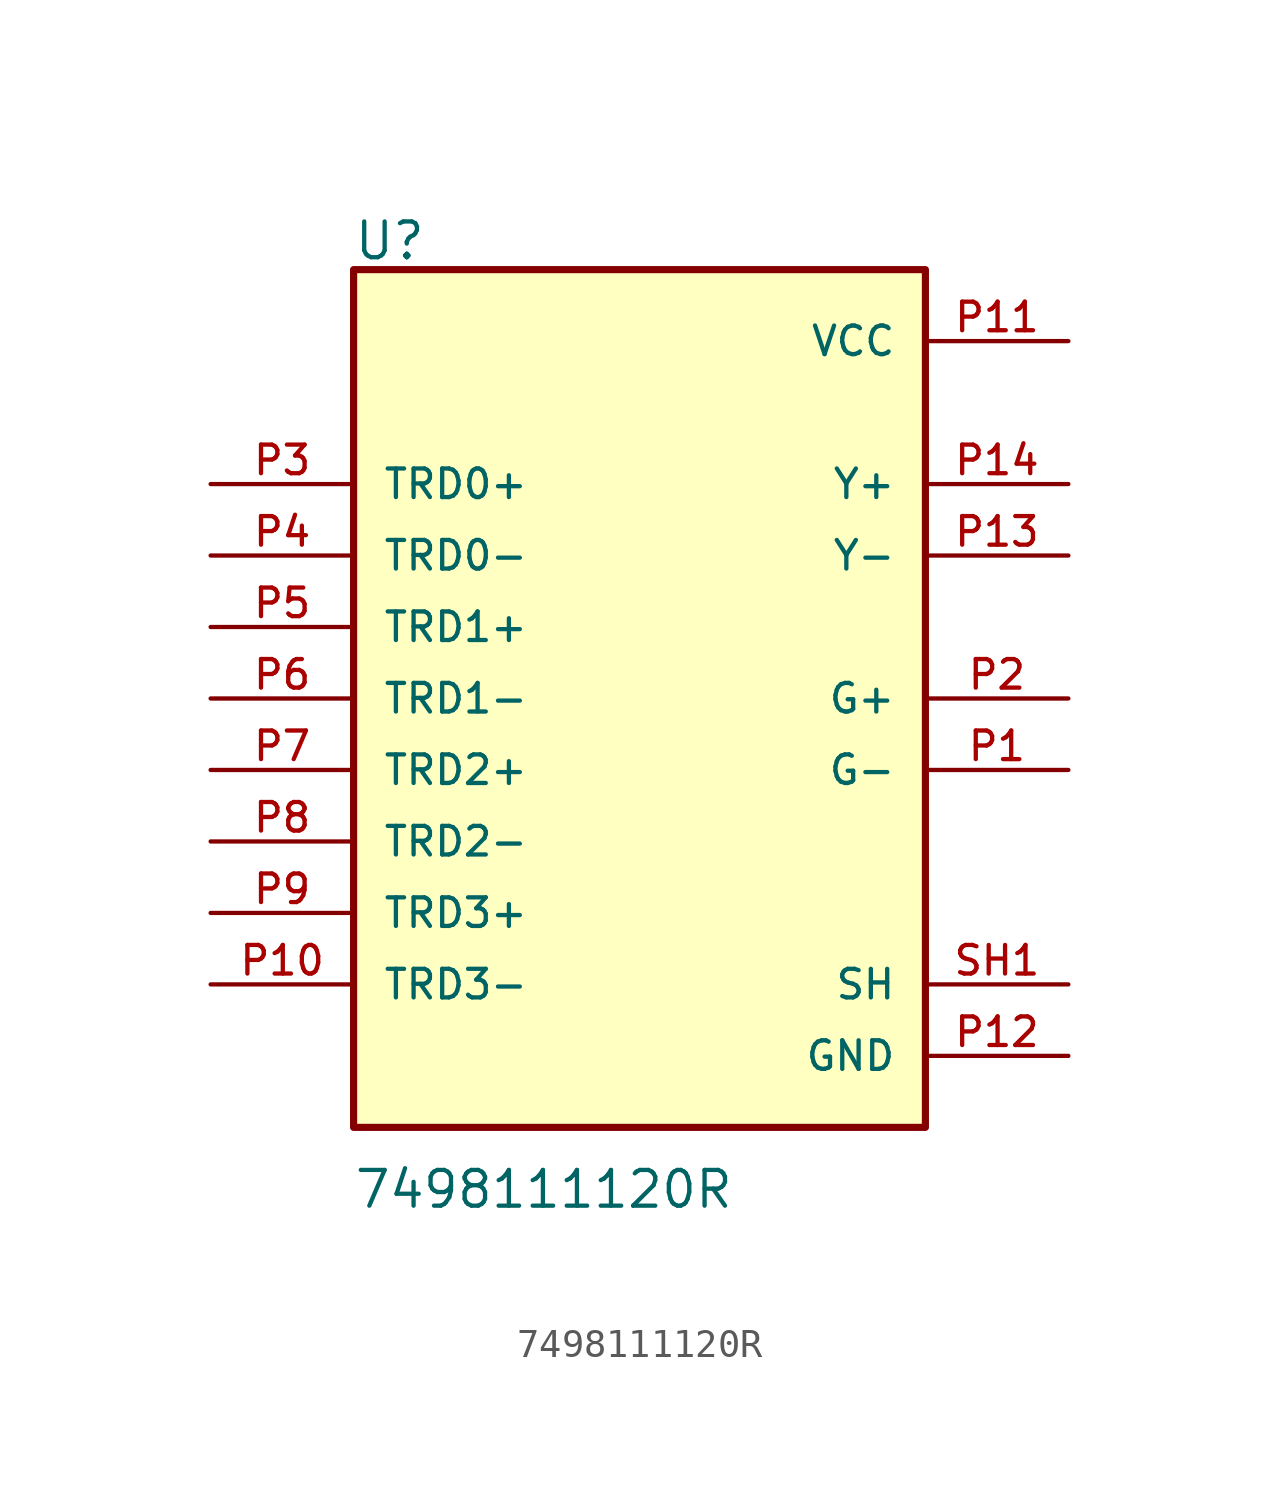
<source format=kicad_sym>
(kicad_symbol_lib
  (version 20220914)
  (generator kicad_symbol_editor)
  (symbol "7498111120R"
    (pin_names
      (offset 1.016))
    (property "Reference" "U"
      (at -10.185 15.519 0)
      (effects (font (size 1.27 1.27)) (justify left bottom)))
    (property "Value" "7498111120R"
      (at -10.185 -18.186 0)
      (effects (font (size 1.27 1.27)) (justify left bottom)))
    (property "ki_locked" ""
      (at 0 0 0)
      (effects (font (size 1.27 1.27))))
    (symbol "7498111120R_0_0"
      (rectangle (start -10.16 -15.24) (end 10.16 15.24) (stroke (width 0.254) (type solid)) (fill (type background)))
      (pin passive line (at 15.24 -2.54 180) (length 5.08) (name "G-" (effects (font (size 1.016 1.016)))) (number "P1" (effects (font (size 1.016 1.016)))))
      (pin passive line (at -15.24 -10.16 0) (length 5.08) (name "TRD3-" (effects (font (size 1.016 1.016)))) (number "P10" (effects (font (size 1.016 1.016)))))
      (pin power_in line (at 15.24 12.7 180) (length 5.08) (name "VCC" (effects (font (size 1.016 1.016)))) (number "P11" (effects (font (size 1.016 1.016)))))
      (pin power_in line (at 15.24 -12.7 180) (length 5.08) (name "GND" (effects (font (size 1.016 1.016)))) (number "P12" (effects (font (size 1.016 1.016)))))
      (pin passive line (at 15.24 5.08 180) (length 5.08) (name "Y-" (effects (font (size 1.016 1.016)))) (number "P13" (effects (font (size 1.016 1.016)))))
      (pin passive line (at 15.24 7.62 180) (length 5.08) (name "Y+" (effects (font (size 1.016 1.016)))) (number "P14" (effects (font (size 1.016 1.016)))))
      (pin passive line (at 15.24 0 180) (length 5.08) (name "G+" (effects (font (size 1.016 1.016)))) (number "P2" (effects (font (size 1.016 1.016)))))
      (pin passive line (at -15.24 7.62 0) (length 5.08) (name "TRD0+" (effects (font (size 1.016 1.016)))) (number "P3" (effects (font (size 1.016 1.016)))))
      (pin passive line (at -15.24 5.08 0) (length 5.08) (name "TRD0-" (effects (font (size 1.016 1.016)))) (number "P4" (effects (font (size 1.016 1.016)))))
      (pin passive line (at -15.24 2.54 0) (length 5.08) (name "TRD1+" (effects (font (size 1.016 1.016)))) (number "P5" (effects (font (size 1.016 1.016)))))
      (pin passive line (at -15.24 0 0) (length 5.08) (name "TRD1-" (effects (font (size 1.016 1.016)))) (number "P6" (effects (font (size 1.016 1.016)))))
      (pin passive line (at -15.24 -2.54 0) (length 5.08) (name "TRD2+" (effects (font (size 1.016 1.016)))) (number "P7" (effects (font (size 1.016 1.016)))))
      (pin passive line (at -15.24 -5.08 0) (length 5.08) (name "TRD2-" (effects (font (size 1.016 1.016)))) (number "P8" (effects (font (size 1.016 1.016)))))
      (pin passive line (at -15.24 -7.62 0) (length 5.08) (name "TRD3+" (effects (font (size 1.016 1.016)))) (number "P9" (effects (font (size 1.016 1.016)))))
      (pin power_in line (at 15.24 -10.16 180) (length 5.08) (name "SH" (effects (font (size 1.016 1.016)))) (number "SH1" (effects (font (size 1.016 1.016))))))))
</source>
